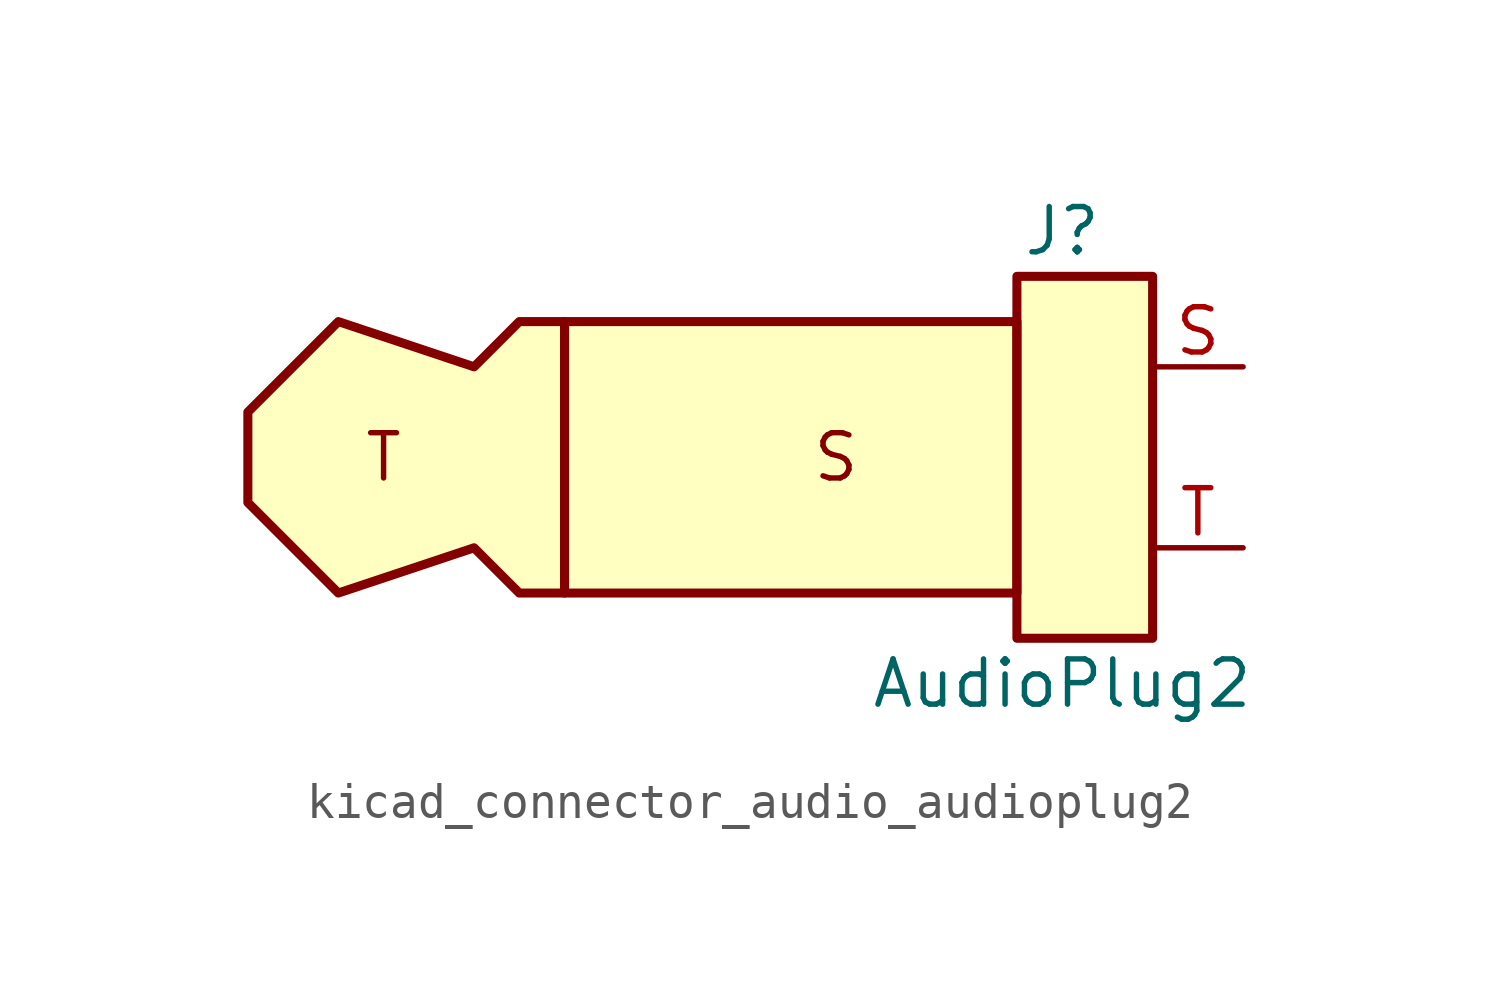
<source format=kicad_sym>
(kicad_symbol_lib
  (version 20220914)
  (generator kicad_symbol_editor)
  (symbol "kicad_connector_audio_audioplug2"
    (property "Reference" "J"
      (at 10.16 6.35 0)
      (effects (font (size 1.27 1.27))))
    (property "Value" "AudioPlug2"
      (at 10.16 -6.35 0)
      (effects (font (size 1.27 1.27))))
    (symbol "kicad_connector_audio_audioplug2_0_0"
      (text "S" (at 3.81 0 0) (effects (font (size 1.27 1.27))))
      (text "T" (at -8.89 0 0) (effects (font (size 1.27 1.27)))))
    (symbol "kicad_connector_audio_audioplug2_0_1"
      (rectangle (start -3.81 3.81) (end 8.89 -3.81) (stroke (width 0.254) (type default)) (fill (type background)))
      (polyline (pts (xy -3.81 3.81) (xy -5.08 3.81) (xy -6.35 2.54) (xy -10.16 3.81) (xy -12.7 1.27) (xy -12.7 -1.27) (xy -10.16 -3.81) (xy -6.35 -2.54) (xy -5.08 -3.81) (xy -3.81 -3.81) (xy -3.81 3.81)) (stroke (width 0.254) (type default)) (fill (type background)))
      (rectangle (start 12.7 5.08) (end 8.89 -5.08) (stroke (width 0.254) (type default)) (fill (type background))))
    (symbol "kicad_connector_audio_audioplug2_1_1"
      (pin passive line (at 15.24 2.54 180) (length 2.54) (name "~" (effects (font (size 1.27 1.27)))) (number "S" (effects (font (size 1.27 1.27)))))
      (pin passive line (at 15.24 -2.54 180) (length 2.54) (name "~" (effects (font (size 1.27 1.27)))) (number "T" (effects (font (size 1.27 1.27))))))))
</source>
